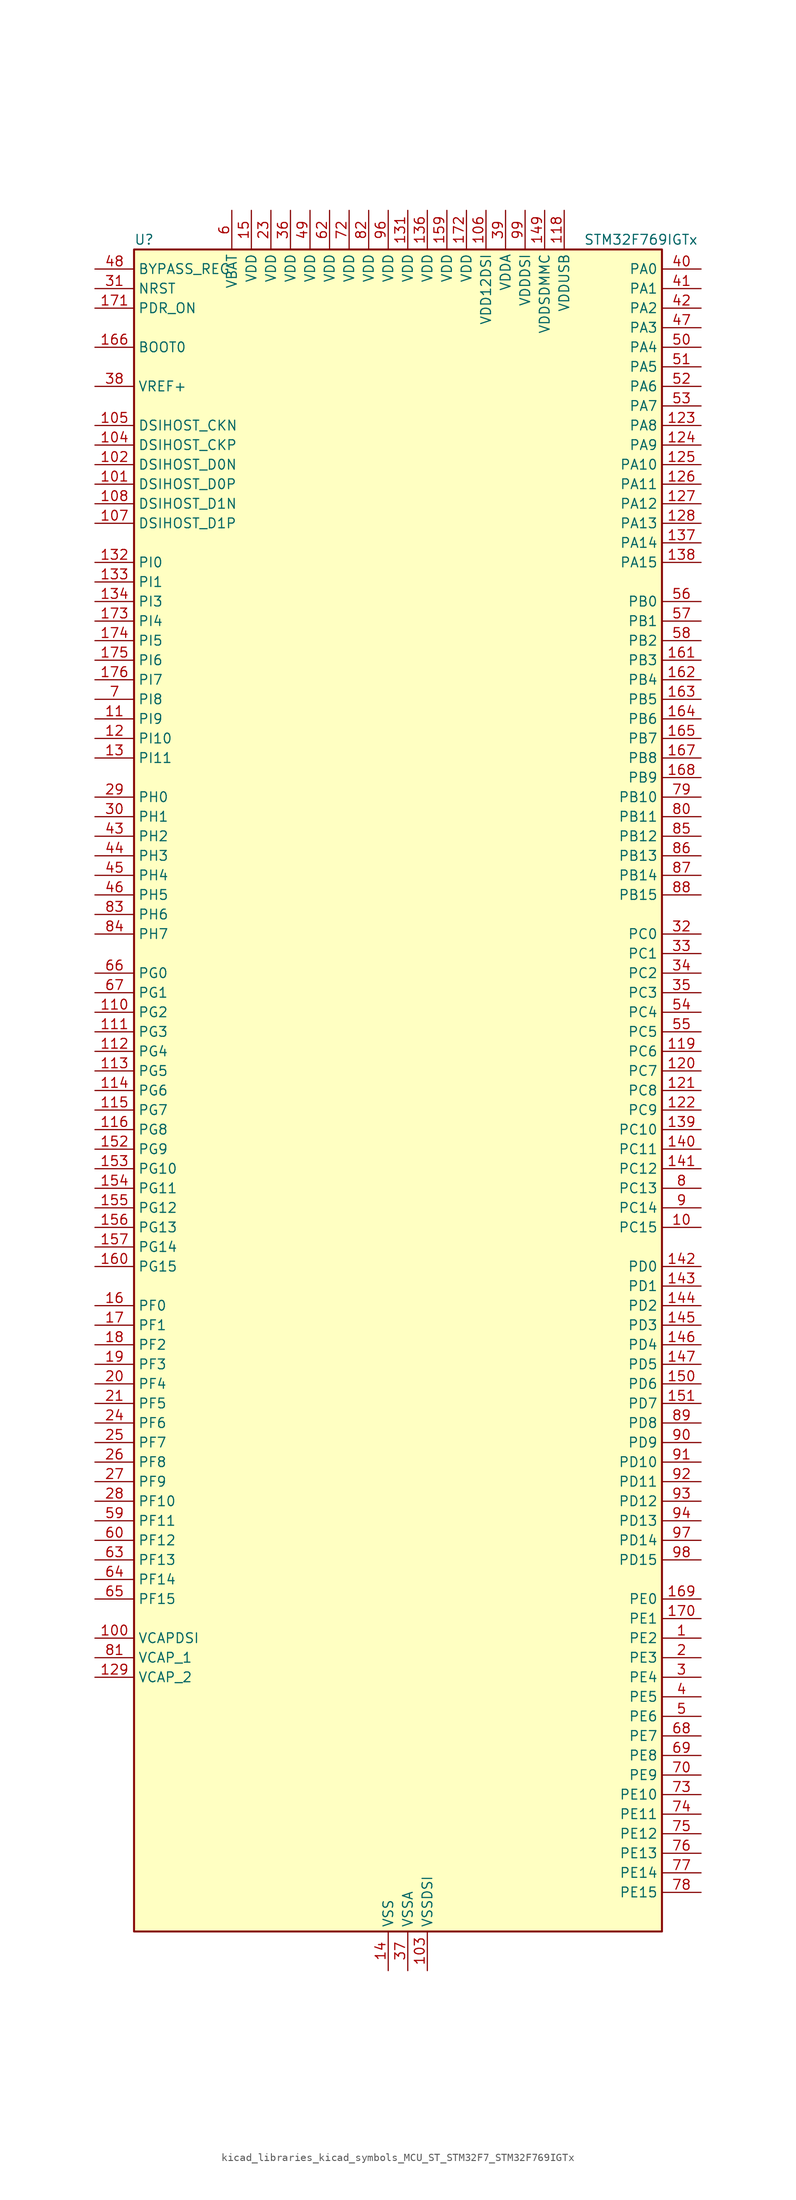
<source format=kicad_sym>
(kicad_symbol_lib
  (version 20220914)
  (generator kicad_symbol_editor)
  (symbol "kicad_libraries_kicad_symbols_MCU_ST_STM32F7_STM32F769IGTx"
    (property "Reference" "U"
      (at -33.02 110.49 0)
      (effects (font (size 1.27 1.27)) (justify left)))
    (property "Value" "STM32F769IGTx"
      (at 25.4 110.49 0)
      (effects (font (size 1.27 1.27)) (justify left)))
    (property "ki_locked" ""
      (at 0 0 0)
      (effects (font (size 1.27 1.27))))
    (symbol "kicad_libraries_kicad_symbols_MCU_ST_STM32F7_STM32F769IGTx_0_1"
      (rectangle (start -33.02 -109.22) (end 35.56 109.22) (stroke (width 0.254) (type default)) (fill (type background))))
    (symbol "kicad_libraries_kicad_symbols_MCU_ST_STM32F7_STM32F769IGTx_1_1"
      (pin bidirectional line (at 40.64 -71.12 180) (length 5.08) (name "PE2" (effects (font (size 1.27 1.27)))) (number "1" (effects (font (size 1.27 1.27)))) (alternate "ETH_TXD3" bidirectional line) (alternate "FMC_A23" bidirectional line) (alternate "QUADSPI_BK1_IO2" bidirectional line) (alternate "SAI1_MCLK_A" bidirectional line) (alternate "SPI4_SCK" bidirectional line) (alternate "SYS_TRACECLK" bidirectional line))
      (pin bidirectional line (at 40.64 -17.78 180) (length 5.08) (name "PC15" (effects (font (size 1.27 1.27)))) (number "10" (effects (font (size 1.27 1.27)))) (alternate "RCC_OSC32_OUT" bidirectional line))
      (pin power_out line (at -38.1 -71.12 0) (length 5.08) (name "VCAPDSI" (effects (font (size 1.27 1.27)))) (number "100" (effects (font (size 1.27 1.27)))))
      (pin bidirectional line (at -38.1 78.74 0) (length 5.08) (name "DSIHOST_D0P" (effects (font (size 1.27 1.27)))) (number "101" (effects (font (size 1.27 1.27)))) (alternate "DSIHOST_D0P" bidirectional line))
      (pin bidirectional line (at -38.1 81.28 0) (length 5.08) (name "DSIHOST_D0N" (effects (font (size 1.27 1.27)))) (number "102" (effects (font (size 1.27 1.27)))) (alternate "DSIHOST_D0N" bidirectional line))
      (pin power_in line (at 5.08 -114.3 90) (length 5.08) (name "VSSDSI" (effects (font (size 1.27 1.27)))) (number "103" (effects (font (size 1.27 1.27)))))
      (pin bidirectional line (at -38.1 83.82 0) (length 5.08) (name "DSIHOST_CKP" (effects (font (size 1.27 1.27)))) (number "104" (effects (font (size 1.27 1.27)))) (alternate "DSIHOST_CKP" bidirectional line))
      (pin bidirectional line (at -38.1 86.36 0) (length 5.08) (name "DSIHOST_CKN" (effects (font (size 1.27 1.27)))) (number "105" (effects (font (size 1.27 1.27)))) (alternate "DSIHOST_CKN" bidirectional line))
      (pin power_in line (at 12.7 114.3 270) (length 5.08) (name "VDD12DSI" (effects (font (size 1.27 1.27)))) (number "106" (effects (font (size 1.27 1.27)))))
      (pin bidirectional line (at -38.1 73.66 0) (length 5.08) (name "DSIHOST_D1P" (effects (font (size 1.27 1.27)))) (number "107" (effects (font (size 1.27 1.27)))) (alternate "DSIHOST_D1P" bidirectional line))
      (pin bidirectional line (at -38.1 76.2 0) (length 5.08) (name "DSIHOST_D1N" (effects (font (size 1.27 1.27)))) (number "108" (effects (font (size 1.27 1.27)))) (alternate "DSIHOST_D1N" bidirectional line))
      (pin passive line (at 5.08 -114.3 90) (length 5.08) hide (name "VSSDSI" (effects (font (size 1.27 1.27)))) (number "109" (effects (font (size 1.27 1.27)))))
      (pin bidirectional line (at -38.1 48.26 0) (length 5.08) (name "PI9" (effects (font (size 1.27 1.27)))) (number "11" (effects (font (size 1.27 1.27)))) (alternate "CAN1_RX" bidirectional line) (alternate "DAC_EXTI9" bidirectional line) (alternate "FMC_D30" bidirectional line) (alternate "LTDC_VSYNC" bidirectional line) (alternate "UART4_RX" bidirectional line))
      (pin bidirectional line (at -38.1 10.16 0) (length 5.08) (name "PG2" (effects (font (size 1.27 1.27)))) (number "110" (effects (font (size 1.27 1.27)))) (alternate "FMC_A12" bidirectional line))
      (pin bidirectional line (at -38.1 7.62 0) (length 5.08) (name "PG3" (effects (font (size 1.27 1.27)))) (number "111" (effects (font (size 1.27 1.27)))) (alternate "FMC_A13" bidirectional line))
      (pin bidirectional line (at -38.1 5.08 0) (length 5.08) (name "PG4" (effects (font (size 1.27 1.27)))) (number "112" (effects (font (size 1.27 1.27)))) (alternate "FMC_A14" bidirectional line) (alternate "FMC_BA0" bidirectional line))
      (pin bidirectional line (at -38.1 2.54 0) (length 5.08) (name "PG5" (effects (font (size 1.27 1.27)))) (number "113" (effects (font (size 1.27 1.27)))) (alternate "FMC_A15" bidirectional line) (alternate "FMC_BA1" bidirectional line))
      (pin bidirectional line (at -38.1 0 0) (length 5.08) (name "PG6" (effects (font (size 1.27 1.27)))) (number "114" (effects (font (size 1.27 1.27)))) (alternate "DCMI_D12" bidirectional line) (alternate "FMC_NE3" bidirectional line) (alternate "LTDC_R7" bidirectional line))
      (pin bidirectional line (at -38.1 -2.54 0) (length 5.08) (name "PG7" (effects (font (size 1.27 1.27)))) (number "115" (effects (font (size 1.27 1.27)))) (alternate "DCMI_D13" bidirectional line) (alternate "FMC_INT" bidirectional line) (alternate "LTDC_CLK" bidirectional line) (alternate "SAI1_MCLK_A" bidirectional line) (alternate "USART6_CK" bidirectional line))
      (pin bidirectional line (at -38.1 -5.08 0) (length 5.08) (name "PG8" (effects (font (size 1.27 1.27)))) (number "116" (effects (font (size 1.27 1.27)))) (alternate "ETH_PPS_OUT" bidirectional line) (alternate "FMC_SDCLK" bidirectional line) (alternate "LTDC_G7" bidirectional line) (alternate "SPDIFRX_IN2" bidirectional line) (alternate "SPI6_NSS" bidirectional line) (alternate "USART6_DE" bidirectional line) (alternate "USART6_RTS" bidirectional line))
      (pin passive line (at 0 -114.3 90) (length 5.08) hide (name "VSS" (effects (font (size 1.27 1.27)))) (number "117" (effects (font (size 1.27 1.27)))))
      (pin power_in line (at 22.86 114.3 270) (length 5.08) (name "VDDUSB" (effects (font (size 1.27 1.27)))) (number "118" (effects (font (size 1.27 1.27)))))
      (pin bidirectional line (at 40.64 5.08 180) (length 5.08) (name "PC6" (effects (font (size 1.27 1.27)))) (number "119" (effects (font (size 1.27 1.27)))) (alternate "DCMI_D0" bidirectional line) (alternate "DFSDM1_CKIN3" bidirectional line) (alternate "FMC_NWAIT" bidirectional line) (alternate "I2S2_MCK" bidirectional line) (alternate "LTDC_HSYNC" bidirectional line) (alternate "SDMMC1_D6" bidirectional line) (alternate "SDMMC2_D6" bidirectional line) (alternate "TIM3_CH1" bidirectional line) (alternate "TIM8_CH1" bidirectional line) (alternate "USART6_TX" bidirectional line))
      (pin bidirectional line (at -38.1 45.72 0) (length 5.08) (name "PI10" (effects (font (size 1.27 1.27)))) (number "12" (effects (font (size 1.27 1.27)))) (alternate "ETH_RX_ER" bidirectional line) (alternate "FMC_D31" bidirectional line) (alternate "LTDC_HSYNC" bidirectional line))
      (pin bidirectional line (at 40.64 2.54 180) (length 5.08) (name "PC7" (effects (font (size 1.27 1.27)))) (number "120" (effects (font (size 1.27 1.27)))) (alternate "DCMI_D1" bidirectional line) (alternate "DFSDM1_DATIN3" bidirectional line) (alternate "FMC_NE1" bidirectional line) (alternate "I2S3_MCK" bidirectional line) (alternate "LTDC_G6" bidirectional line) (alternate "SDMMC1_D7" bidirectional line) (alternate "SDMMC2_D7" bidirectional line) (alternate "TIM3_CH2" bidirectional line) (alternate "TIM8_CH2" bidirectional line) (alternate "USART6_RX" bidirectional line))
      (pin bidirectional line (at 40.64 0 180) (length 5.08) (name "PC8" (effects (font (size 1.27 1.27)))) (number "121" (effects (font (size 1.27 1.27)))) (alternate "DCMI_D2" bidirectional line) (alternate "FMC_NCE" bidirectional line) (alternate "FMC_NE2" bidirectional line) (alternate "SDMMC1_D0" bidirectional line) (alternate "SYS_TRACED1" bidirectional line) (alternate "TIM3_CH3" bidirectional line) (alternate "TIM8_CH3" bidirectional line) (alternate "UART5_DE" bidirectional line) (alternate "UART5_RTS" bidirectional line) (alternate "USART6_CK" bidirectional line))
      (pin bidirectional line (at 40.64 -2.54 180) (length 5.08) (name "PC9" (effects (font (size 1.27 1.27)))) (number "122" (effects (font (size 1.27 1.27)))) (alternate "DAC_EXTI9" bidirectional line) (alternate "DCMI_D3" bidirectional line) (alternate "I2C3_SDA" bidirectional line) (alternate "I2S_CKIN" bidirectional line) (alternate "LTDC_B2" bidirectional line) (alternate "LTDC_G3" bidirectional line) (alternate "QUADSPI_BK1_IO0" bidirectional line) (alternate "RCC_MCO_2" bidirectional line) (alternate "SDMMC1_D1" bidirectional line) (alternate "TIM3_CH4" bidirectional line) (alternate "TIM8_CH4" bidirectional line) (alternate "UART5_CTS" bidirectional line))
      (pin bidirectional line (at 40.64 86.36 180) (length 5.08) (name "PA8" (effects (font (size 1.27 1.27)))) (number "123" (effects (font (size 1.27 1.27)))) (alternate "CAN3_RX" bidirectional line) (alternate "I2C3_SCL" bidirectional line) (alternate "LTDC_B3" bidirectional line) (alternate "LTDC_R6" bidirectional line) (alternate "RCC_MCO_1" bidirectional line) (alternate "TIM1_CH1" bidirectional line) (alternate "TIM8_BKIN2" bidirectional line) (alternate "UART7_RX" bidirectional line) (alternate "USART1_CK" bidirectional line) (alternate "USB_OTG_FS_SOF" bidirectional line))
      (pin bidirectional line (at 40.64 83.82 180) (length 5.08) (name "PA9" (effects (font (size 1.27 1.27)))) (number "124" (effects (font (size 1.27 1.27)))) (alternate "DAC_EXTI9" bidirectional line) (alternate "DCMI_D0" bidirectional line) (alternate "I2C3_SMBA" bidirectional line) (alternate "I2S2_CK" bidirectional line) (alternate "LTDC_R5" bidirectional line) (alternate "SPI2_SCK" bidirectional line) (alternate "TIM1_CH2" bidirectional line) (alternate "USART1_TX" bidirectional line) (alternate "USB_OTG_FS_VBUS" bidirectional line))
      (pin bidirectional line (at 40.64 81.28 180) (length 5.08) (name "PA10" (effects (font (size 1.27 1.27)))) (number "125" (effects (font (size 1.27 1.27)))) (alternate "DCMI_D1" bidirectional line) (alternate "LTDC_B1" bidirectional line) (alternate "LTDC_B4" bidirectional line) (alternate "MDIOS_MDIO" bidirectional line) (alternate "TIM1_CH3" bidirectional line) (alternate "USART1_RX" bidirectional line) (alternate "USB_OTG_FS_ID" bidirectional line))
      (pin bidirectional line (at 40.64 78.74 180) (length 5.08) (name "PA11" (effects (font (size 1.27 1.27)))) (number "126" (effects (font (size 1.27 1.27)))) (alternate "ADC1_EXTI11" bidirectional line) (alternate "ADC2_EXTI11" bidirectional line) (alternate "ADC3_EXTI11" bidirectional line) (alternate "CAN1_RX" bidirectional line) (alternate "I2S2_WS" bidirectional line) (alternate "LTDC_R4" bidirectional line) (alternate "SPI2_NSS" bidirectional line) (alternate "TIM1_CH4" bidirectional line) (alternate "UART4_RX" bidirectional line) (alternate "USART1_CTS" bidirectional line) (alternate "USB_OTG_FS_DM" bidirectional line))
      (pin bidirectional line (at 40.64 76.2 180) (length 5.08) (name "PA12" (effects (font (size 1.27 1.27)))) (number "127" (effects (font (size 1.27 1.27)))) (alternate "CAN1_TX" bidirectional line) (alternate "I2S2_CK" bidirectional line) (alternate "LTDC_R5" bidirectional line) (alternate "SAI2_FS_B" bidirectional line) (alternate "SPI2_SCK" bidirectional line) (alternate "TIM1_ETR" bidirectional line) (alternate "UART4_TX" bidirectional line) (alternate "USART1_DE" bidirectional line) (alternate "USART1_RTS" bidirectional line) (alternate "USB_OTG_FS_DP" bidirectional line))
      (pin bidirectional line (at 40.64 73.66 180) (length 5.08) (name "PA13" (effects (font (size 1.27 1.27)))) (number "128" (effects (font (size 1.27 1.27)))) (alternate "SYS_JTMS-SWDIO" bidirectional line))
      (pin power_out line (at -38.1 -76.2 0) (length 5.08) (name "VCAP_2" (effects (font (size 1.27 1.27)))) (number "129" (effects (font (size 1.27 1.27)))))
      (pin bidirectional line (at -38.1 43.18 0) (length 5.08) (name "PI11" (effects (font (size 1.27 1.27)))) (number "13" (effects (font (size 1.27 1.27)))) (alternate "ADC1_EXTI11" bidirectional line) (alternate "ADC2_EXTI11" bidirectional line) (alternate "ADC3_EXTI11" bidirectional line) (alternate "LTDC_G6" bidirectional line) (alternate "SYS_WKUP6" bidirectional line) (alternate "USB_OTG_HS_ULPI_DIR" bidirectional line))
      (pin passive line (at 0 -114.3 90) (length 5.08) hide (name "VSS" (effects (font (size 1.27 1.27)))) (number "130" (effects (font (size 1.27 1.27)))))
      (pin power_in line (at 2.54 114.3 270) (length 5.08) (name "VDD" (effects (font (size 1.27 1.27)))) (number "131" (effects (font (size 1.27 1.27)))))
      (pin bidirectional line (at -38.1 68.58 0) (length 5.08) (name "PI0" (effects (font (size 1.27 1.27)))) (number "132" (effects (font (size 1.27 1.27)))) (alternate "DCMI_D13" bidirectional line) (alternate "FMC_D24" bidirectional line) (alternate "I2S2_WS" bidirectional line) (alternate "LTDC_G5" bidirectional line) (alternate "SPI2_NSS" bidirectional line) (alternate "TIM5_CH4" bidirectional line))
      (pin bidirectional line (at -38.1 66.04 0) (length 5.08) (name "PI1" (effects (font (size 1.27 1.27)))) (number "133" (effects (font (size 1.27 1.27)))) (alternate "DCMI_D8" bidirectional line) (alternate "FMC_D25" bidirectional line) (alternate "I2S2_CK" bidirectional line) (alternate "LTDC_G6" bidirectional line) (alternate "SPI2_SCK" bidirectional line) (alternate "TIM8_BKIN2" bidirectional line))
      (pin bidirectional line (at -38.1 63.5 0) (length 5.08) (name "PI3" (effects (font (size 1.27 1.27)))) (number "134" (effects (font (size 1.27 1.27)))) (alternate "DCMI_D10" bidirectional line) (alternate "FMC_D27" bidirectional line) (alternate "I2S2_SD" bidirectional line) (alternate "SPI2_MOSI" bidirectional line) (alternate "TIM8_ETR" bidirectional line))
      (pin passive line (at 0 -114.3 90) (length 5.08) hide (name "VSS" (effects (font (size 1.27 1.27)))) (number "135" (effects (font (size 1.27 1.27)))))
      (pin power_in line (at 5.08 114.3 270) (length 5.08) (name "VDD" (effects (font (size 1.27 1.27)))) (number "136" (effects (font (size 1.27 1.27)))))
      (pin bidirectional line (at 40.64 71.12 180) (length 5.08) (name "PA14" (effects (font (size 1.27 1.27)))) (number "137" (effects (font (size 1.27 1.27)))) (alternate "SYS_JTCK-SWCLK" bidirectional line))
      (pin bidirectional line (at 40.64 68.58 180) (length 5.08) (name "PA15" (effects (font (size 1.27 1.27)))) (number "138" (effects (font (size 1.27 1.27)))) (alternate "CAN3_TX" bidirectional line) (alternate "CEC" bidirectional line) (alternate "I2S1_WS" bidirectional line) (alternate "I2S3_WS" bidirectional line) (alternate "SPI1_NSS" bidirectional line) (alternate "SPI3_NSS" bidirectional line) (alternate "SPI6_NSS" bidirectional line) (alternate "SYS_JTDI" bidirectional line) (alternate "TIM2_CH1" bidirectional line) (alternate "TIM2_ETR" bidirectional line) (alternate "UART4_DE" bidirectional line) (alternate "UART4_RTS" bidirectional line) (alternate "UART7_TX" bidirectional line))
      (pin bidirectional line (at 40.64 -5.08 180) (length 5.08) (name "PC10" (effects (font (size 1.27 1.27)))) (number "139" (effects (font (size 1.27 1.27)))) (alternate "DCMI_D8" bidirectional line) (alternate "DFSDM1_CKIN5" bidirectional line) (alternate "I2S3_CK" bidirectional line) (alternate "LTDC_R2" bidirectional line) (alternate "QUADSPI_BK1_IO1" bidirectional line) (alternate "SDMMC1_D2" bidirectional line) (alternate "SPI3_SCK" bidirectional line) (alternate "UART4_TX" bidirectional line) (alternate "USART3_TX" bidirectional line))
      (pin power_in line (at 0 -114.3 90) (length 5.08) (name "VSS" (effects (font (size 1.27 1.27)))) (number "14" (effects (font (size 1.27 1.27)))))
      (pin bidirectional line (at 40.64 -7.62 180) (length 5.08) (name "PC11" (effects (font (size 1.27 1.27)))) (number "140" (effects (font (size 1.27 1.27)))) (alternate "ADC1_EXTI11" bidirectional line) (alternate "ADC2_EXTI11" bidirectional line) (alternate "ADC3_EXTI11" bidirectional line) (alternate "DCMI_D4" bidirectional line) (alternate "DFSDM1_DATIN5" bidirectional line) (alternate "QUADSPI_BK2_NCS" bidirectional line) (alternate "SDMMC1_D3" bidirectional line) (alternate "SPI3_MISO" bidirectional line) (alternate "UART4_RX" bidirectional line) (alternate "USART3_RX" bidirectional line))
      (pin bidirectional line (at 40.64 -10.16 180) (length 5.08) (name "PC12" (effects (font (size 1.27 1.27)))) (number "141" (effects (font (size 1.27 1.27)))) (alternate "DCMI_D9" bidirectional line) (alternate "I2S3_SD" bidirectional line) (alternate "SDMMC1_CK" bidirectional line) (alternate "SPI3_MOSI" bidirectional line) (alternate "SYS_TRACED3" bidirectional line) (alternate "UART5_TX" bidirectional line) (alternate "USART3_CK" bidirectional line))
      (pin bidirectional line (at 40.64 -22.86 180) (length 5.08) (name "PD0" (effects (font (size 1.27 1.27)))) (number "142" (effects (font (size 1.27 1.27)))) (alternate "CAN1_RX" bidirectional line) (alternate "DFSDM1_CKIN6" bidirectional line) (alternate "DFSDM1_DATIN7" bidirectional line) (alternate "FMC_D2" bidirectional line) (alternate "FMC_DA2" bidirectional line) (alternate "UART4_RX" bidirectional line))
      (pin bidirectional line (at 40.64 -25.4 180) (length 5.08) (name "PD1" (effects (font (size 1.27 1.27)))) (number "143" (effects (font (size 1.27 1.27)))) (alternate "CAN1_TX" bidirectional line) (alternate "DFSDM1_CKIN7" bidirectional line) (alternate "DFSDM1_DATIN6" bidirectional line) (alternate "FMC_D3" bidirectional line) (alternate "FMC_DA3" bidirectional line) (alternate "UART4_TX" bidirectional line))
      (pin bidirectional line (at 40.64 -27.94 180) (length 5.08) (name "PD2" (effects (font (size 1.27 1.27)))) (number "144" (effects (font (size 1.27 1.27)))) (alternate "DCMI_D11" bidirectional line) (alternate "SDMMC1_CMD" bidirectional line) (alternate "SYS_TRACED2" bidirectional line) (alternate "TIM3_ETR" bidirectional line) (alternate "UART5_RX" bidirectional line))
      (pin bidirectional line (at 40.64 -30.48 180) (length 5.08) (name "PD3" (effects (font (size 1.27 1.27)))) (number "145" (effects (font (size 1.27 1.27)))) (alternate "DCMI_D5" bidirectional line) (alternate "DFSDM1_CKOUT" bidirectional line) (alternate "DFSDM1_DATIN0" bidirectional line) (alternate "FMC_CLK" bidirectional line) (alternate "I2S2_CK" bidirectional line) (alternate "LTDC_G7" bidirectional line) (alternate "SPI2_SCK" bidirectional line) (alternate "USART2_CTS" bidirectional line))
      (pin bidirectional line (at 40.64 -33.02 180) (length 5.08) (name "PD4" (effects (font (size 1.27 1.27)))) (number "146" (effects (font (size 1.27 1.27)))) (alternate "DFSDM1_CKIN0" bidirectional line) (alternate "FMC_NOE" bidirectional line) (alternate "USART2_DE" bidirectional line) (alternate "USART2_RTS" bidirectional line))
      (pin bidirectional line (at 40.64 -35.56 180) (length 5.08) (name "PD5" (effects (font (size 1.27 1.27)))) (number "147" (effects (font (size 1.27 1.27)))) (alternate "FMC_NWE" bidirectional line) (alternate "USART2_TX" bidirectional line))
      (pin passive line (at 0 -114.3 90) (length 5.08) hide (name "VSS" (effects (font (size 1.27 1.27)))) (number "148" (effects (font (size 1.27 1.27)))))
      (pin power_in line (at 20.32 114.3 270) (length 5.08) (name "VDDSDMMC" (effects (font (size 1.27 1.27)))) (number "149" (effects (font (size 1.27 1.27)))))
      (pin power_in line (at -17.78 114.3 270) (length 5.08) (name "VDD" (effects (font (size 1.27 1.27)))) (number "15" (effects (font (size 1.27 1.27)))))
      (pin bidirectional line (at 40.64 -38.1 180) (length 5.08) (name "PD6" (effects (font (size 1.27 1.27)))) (number "150" (effects (font (size 1.27 1.27)))) (alternate "DCMI_D10" bidirectional line) (alternate "DFSDM1_CKIN4" bidirectional line) (alternate "DFSDM1_DATIN1" bidirectional line) (alternate "FMC_NWAIT" bidirectional line) (alternate "I2S3_SD" bidirectional line) (alternate "LTDC_B2" bidirectional line) (alternate "SAI1_SD_A" bidirectional line) (alternate "SDMMC2_CK" bidirectional line) (alternate "SPI3_MOSI" bidirectional line) (alternate "USART2_RX" bidirectional line))
      (pin bidirectional line (at 40.64 -40.64 180) (length 5.08) (name "PD7" (effects (font (size 1.27 1.27)))) (number "151" (effects (font (size 1.27 1.27)))) (alternate "DFSDM1_CKIN1" bidirectional line) (alternate "DFSDM1_DATIN4" bidirectional line) (alternate "FMC_NE1" bidirectional line) (alternate "I2S1_SD" bidirectional line) (alternate "SDMMC2_CMD" bidirectional line) (alternate "SPDIFRX_IN0" bidirectional line) (alternate "SPI1_MOSI" bidirectional line) (alternate "USART2_CK" bidirectional line))
      (pin bidirectional line (at -38.1 -7.62 0) (length 5.08) (name "PG9" (effects (font (size 1.27 1.27)))) (number "152" (effects (font (size 1.27 1.27)))) (alternate "DAC_EXTI9" bidirectional line) (alternate "DCMI_VSYNC" bidirectional line) (alternate "FMC_NCE" bidirectional line) (alternate "FMC_NE2" bidirectional line) (alternate "QUADSPI_BK2_IO2" bidirectional line) (alternate "SAI2_FS_B" bidirectional line) (alternate "SDMMC2_D0" bidirectional line) (alternate "SPDIFRX_IN3" bidirectional line) (alternate "SPI1_MISO" bidirectional line) (alternate "USART6_RX" bidirectional line))
      (pin bidirectional line (at -38.1 -10.16 0) (length 5.08) (name "PG10" (effects (font (size 1.27 1.27)))) (number "153" (effects (font (size 1.27 1.27)))) (alternate "DCMI_D2" bidirectional line) (alternate "FMC_NE3" bidirectional line) (alternate "I2S1_WS" bidirectional line) (alternate "LTDC_B2" bidirectional line) (alternate "LTDC_G3" bidirectional line) (alternate "SAI2_SD_B" bidirectional line) (alternate "SDMMC2_D1" bidirectional line) (alternate "SPI1_NSS" bidirectional line))
      (pin bidirectional line (at -38.1 -12.7 0) (length 5.08) (name "PG11" (effects (font (size 1.27 1.27)))) (number "154" (effects (font (size 1.27 1.27)))) (alternate "ADC1_EXTI11" bidirectional line) (alternate "ADC2_EXTI11" bidirectional line) (alternate "ADC3_EXTI11" bidirectional line) (alternate "DCMI_D3" bidirectional line) (alternate "ETH_TX_EN" bidirectional line) (alternate "I2S1_CK" bidirectional line) (alternate "LTDC_B3" bidirectional line) (alternate "SDMMC2_D2" bidirectional line) (alternate "SPDIFRX_IN0" bidirectional line) (alternate "SPI1_SCK" bidirectional line))
      (pin bidirectional line (at -38.1 -15.24 0) (length 5.08) (name "PG12" (effects (font (size 1.27 1.27)))) (number "155" (effects (font (size 1.27 1.27)))) (alternate "FMC_NE4" bidirectional line) (alternate "LPTIM1_IN1" bidirectional line) (alternate "LTDC_B1" bidirectional line) (alternate "LTDC_B4" bidirectional line) (alternate "SDMMC2_D3" bidirectional line) (alternate "SPDIFRX_IN1" bidirectional line) (alternate "SPI6_MISO" bidirectional line) (alternate "USART6_DE" bidirectional line) (alternate "USART6_RTS" bidirectional line))
      (pin bidirectional line (at -38.1 -17.78 0) (length 5.08) (name "PG13" (effects (font (size 1.27 1.27)))) (number "156" (effects (font (size 1.27 1.27)))) (alternate "ETH_TXD0" bidirectional line) (alternate "FMC_A24" bidirectional line) (alternate "LPTIM1_OUT" bidirectional line) (alternate "LTDC_R0" bidirectional line) (alternate "SPI6_SCK" bidirectional line) (alternate "SYS_TRACED0" bidirectional line) (alternate "USART6_CTS" bidirectional line))
      (pin bidirectional line (at -38.1 -20.32 0) (length 5.08) (name "PG14" (effects (font (size 1.27 1.27)))) (number "157" (effects (font (size 1.27 1.27)))) (alternate "ETH_TXD1" bidirectional line) (alternate "FMC_A25" bidirectional line) (alternate "LPTIM1_ETR" bidirectional line) (alternate "LTDC_B0" bidirectional line) (alternate "QUADSPI_BK2_IO3" bidirectional line) (alternate "SPI6_MOSI" bidirectional line) (alternate "SYS_TRACED1" bidirectional line) (alternate "USART6_TX" bidirectional line))
      (pin passive line (at 0 -114.3 90) (length 5.08) hide (name "VSS" (effects (font (size 1.27 1.27)))) (number "158" (effects (font (size 1.27 1.27)))))
      (pin power_in line (at 7.62 114.3 270) (length 5.08) (name "VDD" (effects (font (size 1.27 1.27)))) (number "159" (effects (font (size 1.27 1.27)))))
      (pin bidirectional line (at -38.1 -27.94 0) (length 5.08) (name "PF0" (effects (font (size 1.27 1.27)))) (number "16" (effects (font (size 1.27 1.27)))) (alternate "FMC_A0" bidirectional line) (alternate "I2C2_SDA" bidirectional line))
      (pin bidirectional line (at -38.1 -22.86 0) (length 5.08) (name "PG15" (effects (font (size 1.27 1.27)))) (number "160" (effects (font (size 1.27 1.27)))) (alternate "DCMI_D13" bidirectional line) (alternate "FMC_SDNCAS" bidirectional line) (alternate "USART6_CTS" bidirectional line))
      (pin bidirectional line (at 40.64 55.88 180) (length 5.08) (name "PB3" (effects (font (size 1.27 1.27)))) (number "161" (effects (font (size 1.27 1.27)))) (alternate "CAN3_RX" bidirectional line) (alternate "I2S1_CK" bidirectional line) (alternate "I2S3_CK" bidirectional line) (alternate "SDMMC2_D2" bidirectional line) (alternate "SPI1_SCK" bidirectional line) (alternate "SPI3_SCK" bidirectional line) (alternate "SPI6_SCK" bidirectional line) (alternate "SYS_JTDO-SWO" bidirectional line) (alternate "TIM2_CH2" bidirectional line) (alternate "UART7_RX" bidirectional line))
      (pin bidirectional line (at 40.64 53.34 180) (length 5.08) (name "PB4" (effects (font (size 1.27 1.27)))) (number "162" (effects (font (size 1.27 1.27)))) (alternate "CAN3_TX" bidirectional line) (alternate "I2S2_WS" bidirectional line) (alternate "SDMMC2_D3" bidirectional line) (alternate "SPI1_MISO" bidirectional line) (alternate "SPI2_NSS" bidirectional line) (alternate "SPI3_MISO" bidirectional line) (alternate "SPI6_MISO" bidirectional line) (alternate "SYS_JTRST" bidirectional line) (alternate "TIM3_CH1" bidirectional line) (alternate "UART7_TX" bidirectional line))
      (pin bidirectional line (at 40.64 50.8 180) (length 5.08) (name "PB5" (effects (font (size 1.27 1.27)))) (number "163" (effects (font (size 1.27 1.27)))) (alternate "CAN2_RX" bidirectional line) (alternate "DCMI_D10" bidirectional line) (alternate "ETH_PPS_OUT" bidirectional line) (alternate "FMC_SDCKE1" bidirectional line) (alternate "I2C1_SMBA" bidirectional line) (alternate "I2S1_SD" bidirectional line) (alternate "I2S3_SD" bidirectional line) (alternate "LTDC_G7" bidirectional line) (alternate "SPI1_MOSI" bidirectional line) (alternate "SPI3_MOSI" bidirectional line) (alternate "SPI6_MOSI" bidirectional line) (alternate "TIM3_CH2" bidirectional line) (alternate "UART5_RX" bidirectional line) (alternate "USB_OTG_HS_ULPI_D7" bidirectional line))
      (pin bidirectional line (at 40.64 48.26 180) (length 5.08) (name "PB6" (effects (font (size 1.27 1.27)))) (number "164" (effects (font (size 1.27 1.27)))) (alternate "CAN2_TX" bidirectional line) (alternate "CEC" bidirectional line) (alternate "DCMI_D5" bidirectional line) (alternate "DFSDM1_DATIN5" bidirectional line) (alternate "FMC_SDNE1" bidirectional line) (alternate "I2C1_SCL" bidirectional line) (alternate "I2C4_SCL" bidirectional line) (alternate "QUADSPI_BK1_NCS" bidirectional line) (alternate "TIM4_CH1" bidirectional line) (alternate "UART5_TX" bidirectional line) (alternate "USART1_TX" bidirectional line))
      (pin bidirectional line (at 40.64 45.72 180) (length 5.08) (name "PB7" (effects (font (size 1.27 1.27)))) (number "165" (effects (font (size 1.27 1.27)))) (alternate "DCMI_VSYNC" bidirectional line) (alternate "DFSDM1_CKIN5" bidirectional line) (alternate "FMC_NL" bidirectional line) (alternate "I2C1_SDA" bidirectional line) (alternate "I2C4_SDA" bidirectional line) (alternate "TIM4_CH2" bidirectional line) (alternate "USART1_RX" bidirectional line))
      (pin input line (at -38.1 96.52 0) (length 5.08) (name "BOOT0" (effects (font (size 1.27 1.27)))) (number "166" (effects (font (size 1.27 1.27)))))
      (pin bidirectional line (at 40.64 43.18 180) (length 5.08) (name "PB8" (effects (font (size 1.27 1.27)))) (number "167" (effects (font (size 1.27 1.27)))) (alternate "CAN1_RX" bidirectional line) (alternate "DCMI_D6" bidirectional line) (alternate "DFSDM1_CKIN7" bidirectional line) (alternate "ETH_TXD3" bidirectional line) (alternate "I2C1_SCL" bidirectional line) (alternate "I2C4_SCL" bidirectional line) (alternate "LTDC_B6" bidirectional line) (alternate "SDMMC1_D4" bidirectional line) (alternate "SDMMC2_D4" bidirectional line) (alternate "TIM10_CH1" bidirectional line) (alternate "TIM4_CH3" bidirectional line) (alternate "UART5_RX" bidirectional line))
      (pin bidirectional line (at 40.64 40.64 180) (length 5.08) (name "PB9" (effects (font (size 1.27 1.27)))) (number "168" (effects (font (size 1.27 1.27)))) (alternate "CAN1_TX" bidirectional line) (alternate "DAC_EXTI9" bidirectional line) (alternate "DCMI_D7" bidirectional line) (alternate "DFSDM1_DATIN7" bidirectional line) (alternate "I2C1_SDA" bidirectional line) (alternate "I2C4_SDA" bidirectional line) (alternate "I2C4_SMBA" bidirectional line) (alternate "I2S2_WS" bidirectional line) (alternate "LTDC_B7" bidirectional line) (alternate "SDMMC1_D5" bidirectional line) (alternate "SDMMC2_D5" bidirectional line) (alternate "SPI2_NSS" bidirectional line) (alternate "TIM11_CH1" bidirectional line) (alternate "TIM4_CH4" bidirectional line) (alternate "UART5_TX" bidirectional line))
      (pin bidirectional line (at 40.64 -66.04 180) (length 5.08) (name "PE0" (effects (font (size 1.27 1.27)))) (number "169" (effects (font (size 1.27 1.27)))) (alternate "DCMI_D2" bidirectional line) (alternate "FMC_NBL0" bidirectional line) (alternate "LPTIM1_ETR" bidirectional line) (alternate "SAI2_MCLK_A" bidirectional line) (alternate "TIM4_ETR" bidirectional line) (alternate "UART8_RX" bidirectional line))
      (pin bidirectional line (at -38.1 -30.48 0) (length 5.08) (name "PF1" (effects (font (size 1.27 1.27)))) (number "17" (effects (font (size 1.27 1.27)))) (alternate "FMC_A1" bidirectional line) (alternate "I2C2_SCL" bidirectional line))
      (pin bidirectional line (at 40.64 -68.58 180) (length 5.08) (name "PE1" (effects (font (size 1.27 1.27)))) (number "170" (effects (font (size 1.27 1.27)))) (alternate "DCMI_D3" bidirectional line) (alternate "FMC_NBL1" bidirectional line) (alternate "LPTIM1_IN2" bidirectional line) (alternate "UART8_TX" bidirectional line))
      (pin input line (at -38.1 101.6 0) (length 5.08) (name "PDR_ON" (effects (font (size 1.27 1.27)))) (number "171" (effects (font (size 1.27 1.27)))))
      (pin power_in line (at 10.16 114.3 270) (length 5.08) (name "VDD" (effects (font (size 1.27 1.27)))) (number "172" (effects (font (size 1.27 1.27)))))
      (pin bidirectional line (at -38.1 60.96 0) (length 5.08) (name "PI4" (effects (font (size 1.27 1.27)))) (number "173" (effects (font (size 1.27 1.27)))) (alternate "DCMI_D5" bidirectional line) (alternate "FMC_NBL2" bidirectional line) (alternate "LTDC_B4" bidirectional line) (alternate "SAI2_MCLK_A" bidirectional line) (alternate "TIM8_BKIN" bidirectional line))
      (pin bidirectional line (at -38.1 58.42 0) (length 5.08) (name "PI5" (effects (font (size 1.27 1.27)))) (number "174" (effects (font (size 1.27 1.27)))) (alternate "DCMI_VSYNC" bidirectional line) (alternate "FMC_NBL3" bidirectional line) (alternate "LTDC_B5" bidirectional line) (alternate "SAI2_SCK_A" bidirectional line) (alternate "TIM8_CH1" bidirectional line))
      (pin bidirectional line (at -38.1 55.88 0) (length 5.08) (name "PI6" (effects (font (size 1.27 1.27)))) (number "175" (effects (font (size 1.27 1.27)))) (alternate "DCMI_D6" bidirectional line) (alternate "FMC_D28" bidirectional line) (alternate "LTDC_B6" bidirectional line) (alternate "SAI2_SD_A" bidirectional line) (alternate "TIM8_CH2" bidirectional line))
      (pin bidirectional line (at -38.1 53.34 0) (length 5.08) (name "PI7" (effects (font (size 1.27 1.27)))) (number "176" (effects (font (size 1.27 1.27)))) (alternate "DCMI_D7" bidirectional line) (alternate "FMC_D29" bidirectional line) (alternate "LTDC_B7" bidirectional line) (alternate "SAI2_FS_A" bidirectional line) (alternate "TIM8_CH3" bidirectional line))
      (pin bidirectional line (at -38.1 -33.02 0) (length 5.08) (name "PF2" (effects (font (size 1.27 1.27)))) (number "18" (effects (font (size 1.27 1.27)))) (alternate "FMC_A2" bidirectional line) (alternate "I2C2_SMBA" bidirectional line))
      (pin bidirectional line (at -38.1 -35.56 0) (length 5.08) (name "PF3" (effects (font (size 1.27 1.27)))) (number "19" (effects (font (size 1.27 1.27)))) (alternate "ADC3_IN9" bidirectional line) (alternate "FMC_A3" bidirectional line))
      (pin bidirectional line (at 40.64 -73.66 180) (length 5.08) (name "PE3" (effects (font (size 1.27 1.27)))) (number "2" (effects (font (size 1.27 1.27)))) (alternate "FMC_A19" bidirectional line) (alternate "SAI1_SD_B" bidirectional line) (alternate "SYS_TRACED0" bidirectional line))
      (pin bidirectional line (at -38.1 -38.1 0) (length 5.08) (name "PF4" (effects (font (size 1.27 1.27)))) (number "20" (effects (font (size 1.27 1.27)))) (alternate "ADC3_IN14" bidirectional line) (alternate "FMC_A4" bidirectional line))
      (pin bidirectional line (at -38.1 -40.64 0) (length 5.08) (name "PF5" (effects (font (size 1.27 1.27)))) (number "21" (effects (font (size 1.27 1.27)))) (alternate "ADC3_IN15" bidirectional line) (alternate "FMC_A5" bidirectional line))
      (pin passive line (at 0 -114.3 90) (length 5.08) hide (name "VSS" (effects (font (size 1.27 1.27)))) (number "22" (effects (font (size 1.27 1.27)))))
      (pin power_in line (at -15.24 114.3 270) (length 5.08) (name "VDD" (effects (font (size 1.27 1.27)))) (number "23" (effects (font (size 1.27 1.27)))))
      (pin bidirectional line (at -38.1 -43.18 0) (length 5.08) (name "PF6" (effects (font (size 1.27 1.27)))) (number "24" (effects (font (size 1.27 1.27)))) (alternate "ADC3_IN4" bidirectional line) (alternate "QUADSPI_BK1_IO3" bidirectional line) (alternate "SAI1_SD_B" bidirectional line) (alternate "SPI5_NSS" bidirectional line) (alternate "TIM10_CH1" bidirectional line) (alternate "UART7_RX" bidirectional line))
      (pin bidirectional line (at -38.1 -45.72 0) (length 5.08) (name "PF7" (effects (font (size 1.27 1.27)))) (number "25" (effects (font (size 1.27 1.27)))) (alternate "ADC3_IN5" bidirectional line) (alternate "QUADSPI_BK1_IO2" bidirectional line) (alternate "SAI1_MCLK_B" bidirectional line) (alternate "SPI5_SCK" bidirectional line) (alternate "TIM11_CH1" bidirectional line) (alternate "UART7_TX" bidirectional line))
      (pin bidirectional line (at -38.1 -48.26 0) (length 5.08) (name "PF8" (effects (font (size 1.27 1.27)))) (number "26" (effects (font (size 1.27 1.27)))) (alternate "ADC3_IN6" bidirectional line) (alternate "QUADSPI_BK1_IO0" bidirectional line) (alternate "SAI1_SCK_B" bidirectional line) (alternate "SPI5_MISO" bidirectional line) (alternate "TIM13_CH1" bidirectional line) (alternate "UART7_DE" bidirectional line) (alternate "UART7_RTS" bidirectional line))
      (pin bidirectional line (at -38.1 -50.8 0) (length 5.08) (name "PF9" (effects (font (size 1.27 1.27)))) (number "27" (effects (font (size 1.27 1.27)))) (alternate "ADC3_IN7" bidirectional line) (alternate "DAC_EXTI9" bidirectional line) (alternate "QUADSPI_BK1_IO1" bidirectional line) (alternate "SAI1_FS_B" bidirectional line) (alternate "SPI5_MOSI" bidirectional line) (alternate "TIM14_CH1" bidirectional line) (alternate "UART7_CTS" bidirectional line))
      (pin bidirectional line (at -38.1 -53.34 0) (length 5.08) (name "PF10" (effects (font (size 1.27 1.27)))) (number "28" (effects (font (size 1.27 1.27)))) (alternate "ADC3_IN8" bidirectional line) (alternate "DCMI_D11" bidirectional line) (alternate "LTDC_DE" bidirectional line) (alternate "QUADSPI_CLK" bidirectional line))
      (pin bidirectional line (at -38.1 38.1 0) (length 5.08) (name "PH0" (effects (font (size 1.27 1.27)))) (number "29" (effects (font (size 1.27 1.27)))) (alternate "RCC_OSC_IN" bidirectional line))
      (pin bidirectional line (at 40.64 -76.2 180) (length 5.08) (name "PE4" (effects (font (size 1.27 1.27)))) (number "3" (effects (font (size 1.27 1.27)))) (alternate "DCMI_D4" bidirectional line) (alternate "DFSDM1_DATIN3" bidirectional line) (alternate "FMC_A20" bidirectional line) (alternate "LTDC_B0" bidirectional line) (alternate "SAI1_FS_A" bidirectional line) (alternate "SPI4_NSS" bidirectional line) (alternate "SYS_TRACED1" bidirectional line))
      (pin bidirectional line (at -38.1 35.56 0) (length 5.08) (name "PH1" (effects (font (size 1.27 1.27)))) (number "30" (effects (font (size 1.27 1.27)))) (alternate "RCC_OSC_OUT" bidirectional line))
      (pin input line (at -38.1 104.14 0) (length 5.08) (name "NRST" (effects (font (size 1.27 1.27)))) (number "31" (effects (font (size 1.27 1.27)))))
      (pin bidirectional line (at 40.64 20.32 180) (length 5.08) (name "PC0" (effects (font (size 1.27 1.27)))) (number "32" (effects (font (size 1.27 1.27)))) (alternate "ADC1_IN10" bidirectional line) (alternate "ADC2_IN10" bidirectional line) (alternate "ADC3_IN10" bidirectional line) (alternate "DFSDM1_CKIN0" bidirectional line) (alternate "DFSDM1_DATIN4" bidirectional line) (alternate "FMC_SDNWE" bidirectional line) (alternate "LTDC_R5" bidirectional line) (alternate "SAI2_FS_B" bidirectional line) (alternate "USB_OTG_HS_ULPI_STP" bidirectional line))
      (pin bidirectional line (at 40.64 17.78 180) (length 5.08) (name "PC1" (effects (font (size 1.27 1.27)))) (number "33" (effects (font (size 1.27 1.27)))) (alternate "ADC1_IN11" bidirectional line) (alternate "ADC2_IN11" bidirectional line) (alternate "ADC3_IN11" bidirectional line) (alternate "DFSDM1_CKIN4" bidirectional line) (alternate "DFSDM1_DATIN0" bidirectional line) (alternate "ETH_MDC" bidirectional line) (alternate "I2S2_SD" bidirectional line) (alternate "MDIOS_MDC" bidirectional line) (alternate "RTC_TAMP3" bidirectional line) (alternate "RTC_TS" bidirectional line) (alternate "SAI1_SD_A" bidirectional line) (alternate "SPI2_MOSI" bidirectional line) (alternate "SYS_TRACED0" bidirectional line) (alternate "SYS_WKUP3" bidirectional line))
      (pin bidirectional line (at 40.64 15.24 180) (length 5.08) (name "PC2" (effects (font (size 1.27 1.27)))) (number "34" (effects (font (size 1.27 1.27)))) (alternate "ADC1_IN12" bidirectional line) (alternate "ADC2_IN12" bidirectional line) (alternate "ADC3_IN12" bidirectional line) (alternate "DFSDM1_CKIN1" bidirectional line) (alternate "DFSDM1_CKOUT" bidirectional line) (alternate "ETH_TXD2" bidirectional line) (alternate "FMC_SDNE0" bidirectional line) (alternate "SPI2_MISO" bidirectional line) (alternate "USB_OTG_HS_ULPI_DIR" bidirectional line))
      (pin bidirectional line (at 40.64 12.7 180) (length 5.08) (name "PC3" (effects (font (size 1.27 1.27)))) (number "35" (effects (font (size 1.27 1.27)))) (alternate "ADC1_IN13" bidirectional line) (alternate "ADC2_IN13" bidirectional line) (alternate "ADC3_IN13" bidirectional line) (alternate "DFSDM1_DATIN1" bidirectional line) (alternate "ETH_TX_CLK" bidirectional line) (alternate "FMC_SDCKE0" bidirectional line) (alternate "I2S2_SD" bidirectional line) (alternate "SPI2_MOSI" bidirectional line) (alternate "USB_OTG_HS_ULPI_NXT" bidirectional line))
      (pin power_in line (at -12.7 114.3 270) (length 5.08) (name "VDD" (effects (font (size 1.27 1.27)))) (number "36" (effects (font (size 1.27 1.27)))))
      (pin power_in line (at 2.54 -114.3 90) (length 5.08) (name "VSSA" (effects (font (size 1.27 1.27)))) (number "37" (effects (font (size 1.27 1.27)))))
      (pin input line (at -38.1 91.44 0) (length 5.08) (name "VREF+" (effects (font (size 1.27 1.27)))) (number "38" (effects (font (size 1.27 1.27)))))
      (pin power_in line (at 15.24 114.3 270) (length 5.08) (name "VDDA" (effects (font (size 1.27 1.27)))) (number "39" (effects (font (size 1.27 1.27)))))
      (pin bidirectional line (at 40.64 -78.74 180) (length 5.08) (name "PE5" (effects (font (size 1.27 1.27)))) (number "4" (effects (font (size 1.27 1.27)))) (alternate "DCMI_D6" bidirectional line) (alternate "DFSDM1_CKIN3" bidirectional line) (alternate "FMC_A21" bidirectional line) (alternate "LTDC_G0" bidirectional line) (alternate "SAI1_SCK_A" bidirectional line) (alternate "SPI4_MISO" bidirectional line) (alternate "SYS_TRACED2" bidirectional line) (alternate "TIM9_CH1" bidirectional line))
      (pin bidirectional line (at 40.64 106.68 180) (length 5.08) (name "PA0" (effects (font (size 1.27 1.27)))) (number "40" (effects (font (size 1.27 1.27)))) (alternate "ADC1_IN0" bidirectional line) (alternate "ADC2_IN0" bidirectional line) (alternate "ADC3_IN0" bidirectional line) (alternate "ETH_CRS" bidirectional line) (alternate "SAI2_SD_B" bidirectional line) (alternate "SYS_WKUP1" bidirectional line) (alternate "TIM2_CH1" bidirectional line) (alternate "TIM2_ETR" bidirectional line) (alternate "TIM5_CH1" bidirectional line) (alternate "TIM8_ETR" bidirectional line) (alternate "UART4_TX" bidirectional line) (alternate "USART2_CTS" bidirectional line))
      (pin bidirectional line (at 40.64 104.14 180) (length 5.08) (name "PA1" (effects (font (size 1.27 1.27)))) (number "41" (effects (font (size 1.27 1.27)))) (alternate "ADC1_IN1" bidirectional line) (alternate "ADC2_IN1" bidirectional line) (alternate "ADC3_IN1" bidirectional line) (alternate "ETH_REF_CLK" bidirectional line) (alternate "ETH_RX_CLK" bidirectional line) (alternate "LTDC_R2" bidirectional line) (alternate "QUADSPI_BK1_IO3" bidirectional line) (alternate "SAI2_MCLK_B" bidirectional line) (alternate "TIM2_CH2" bidirectional line) (alternate "TIM5_CH2" bidirectional line) (alternate "UART4_RX" bidirectional line) (alternate "USART2_DE" bidirectional line) (alternate "USART2_RTS" bidirectional line))
      (pin bidirectional line (at 40.64 101.6 180) (length 5.08) (name "PA2" (effects (font (size 1.27 1.27)))) (number "42" (effects (font (size 1.27 1.27)))) (alternate "ADC1_IN2" bidirectional line) (alternate "ADC2_IN2" bidirectional line) (alternate "ADC3_IN2" bidirectional line) (alternate "ETH_MDIO" bidirectional line) (alternate "LTDC_R1" bidirectional line) (alternate "MDIOS_MDIO" bidirectional line) (alternate "SAI2_SCK_B" bidirectional line) (alternate "SYS_WKUP2" bidirectional line) (alternate "TIM2_CH3" bidirectional line) (alternate "TIM5_CH3" bidirectional line) (alternate "TIM9_CH1" bidirectional line) (alternate "USART2_TX" bidirectional line))
      (pin bidirectional line (at -38.1 33.02 0) (length 5.08) (name "PH2" (effects (font (size 1.27 1.27)))) (number "43" (effects (font (size 1.27 1.27)))) (alternate "ETH_CRS" bidirectional line) (alternate "FMC_SDCKE0" bidirectional line) (alternate "LPTIM1_IN2" bidirectional line) (alternate "LTDC_R0" bidirectional line) (alternate "QUADSPI_BK2_IO0" bidirectional line) (alternate "SAI2_SCK_B" bidirectional line))
      (pin bidirectional line (at -38.1 30.48 0) (length 5.08) (name "PH3" (effects (font (size 1.27 1.27)))) (number "44" (effects (font (size 1.27 1.27)))) (alternate "ETH_COL" bidirectional line) (alternate "FMC_SDNE0" bidirectional line) (alternate "LTDC_R1" bidirectional line) (alternate "QUADSPI_BK2_IO1" bidirectional line) (alternate "SAI2_MCLK_B" bidirectional line))
      (pin bidirectional line (at -38.1 27.94 0) (length 5.08) (name "PH4" (effects (font (size 1.27 1.27)))) (number "45" (effects (font (size 1.27 1.27)))) (alternate "I2C2_SCL" bidirectional line) (alternate "LTDC_G4" bidirectional line) (alternate "LTDC_G5" bidirectional line) (alternate "USB_OTG_HS_ULPI_NXT" bidirectional line))
      (pin bidirectional line (at -38.1 25.4 0) (length 5.08) (name "PH5" (effects (font (size 1.27 1.27)))) (number "46" (effects (font (size 1.27 1.27)))) (alternate "FMC_SDNWE" bidirectional line) (alternate "I2C2_SDA" bidirectional line) (alternate "SPI5_NSS" bidirectional line))
      (pin bidirectional line (at 40.64 99.06 180) (length 5.08) (name "PA3" (effects (font (size 1.27 1.27)))) (number "47" (effects (font (size 1.27 1.27)))) (alternate "ADC1_IN3" bidirectional line) (alternate "ADC2_IN3" bidirectional line) (alternate "ADC3_IN3" bidirectional line) (alternate "ETH_COL" bidirectional line) (alternate "LTDC_B2" bidirectional line) (alternate "LTDC_B5" bidirectional line) (alternate "TIM2_CH4" bidirectional line) (alternate "TIM5_CH4" bidirectional line) (alternate "TIM9_CH2" bidirectional line) (alternate "USART2_RX" bidirectional line) (alternate "USB_OTG_HS_ULPI_D0" bidirectional line))
      (pin input line (at -38.1 106.68 0) (length 5.08) (name "BYPASS_REG" (effects (font (size 1.27 1.27)))) (number "48" (effects (font (size 1.27 1.27)))))
      (pin power_in line (at -10.16 114.3 270) (length 5.08) (name "VDD" (effects (font (size 1.27 1.27)))) (number "49" (effects (font (size 1.27 1.27)))))
      (pin bidirectional line (at 40.64 -81.28 180) (length 5.08) (name "PE6" (effects (font (size 1.27 1.27)))) (number "5" (effects (font (size 1.27 1.27)))) (alternate "DCMI_D7" bidirectional line) (alternate "FMC_A22" bidirectional line) (alternate "LTDC_G1" bidirectional line) (alternate "SAI1_SD_A" bidirectional line) (alternate "SAI2_MCLK_B" bidirectional line) (alternate "SPI4_MOSI" bidirectional line) (alternate "SYS_TRACED3" bidirectional line) (alternate "TIM1_BKIN2" bidirectional line) (alternate "TIM9_CH2" bidirectional line))
      (pin bidirectional line (at 40.64 96.52 180) (length 5.08) (name "PA4" (effects (font (size 1.27 1.27)))) (number "50" (effects (font (size 1.27 1.27)))) (alternate "ADC1_IN4" bidirectional line) (alternate "ADC2_IN4" bidirectional line) (alternate "DAC_OUT1" bidirectional line) (alternate "DCMI_HSYNC" bidirectional line) (alternate "I2S1_WS" bidirectional line) (alternate "I2S3_WS" bidirectional line) (alternate "LTDC_VSYNC" bidirectional line) (alternate "SPI1_NSS" bidirectional line) (alternate "SPI3_NSS" bidirectional line) (alternate "SPI6_NSS" bidirectional line) (alternate "USART2_CK" bidirectional line) (alternate "USB_OTG_HS_SOF" bidirectional line))
      (pin bidirectional line (at 40.64 93.98 180) (length 5.08) (name "PA5" (effects (font (size 1.27 1.27)))) (number "51" (effects (font (size 1.27 1.27)))) (alternate "ADC1_IN5" bidirectional line) (alternate "ADC2_IN5" bidirectional line) (alternate "DAC_OUT2" bidirectional line) (alternate "I2S1_CK" bidirectional line) (alternate "LTDC_R4" bidirectional line) (alternate "SPI1_SCK" bidirectional line) (alternate "SPI6_SCK" bidirectional line) (alternate "TIM2_CH1" bidirectional line) (alternate "TIM2_ETR" bidirectional line) (alternate "TIM8_CH1N" bidirectional line) (alternate "USB_OTG_HS_ULPI_CK" bidirectional line))
      (pin bidirectional line (at 40.64 91.44 180) (length 5.08) (name "PA6" (effects (font (size 1.27 1.27)))) (number "52" (effects (font (size 1.27 1.27)))) (alternate "ADC1_IN6" bidirectional line) (alternate "ADC2_IN6" bidirectional line) (alternate "DCMI_PIXCLK" bidirectional line) (alternate "LTDC_G2" bidirectional line) (alternate "MDIOS_MDC" bidirectional line) (alternate "SPI1_MISO" bidirectional line) (alternate "SPI6_MISO" bidirectional line) (alternate "TIM13_CH1" bidirectional line) (alternate "TIM1_BKIN" bidirectional line) (alternate "TIM3_CH1" bidirectional line) (alternate "TIM8_BKIN" bidirectional line))
      (pin bidirectional line (at 40.64 88.9 180) (length 5.08) (name "PA7" (effects (font (size 1.27 1.27)))) (number "53" (effects (font (size 1.27 1.27)))) (alternate "ADC1_IN7" bidirectional line) (alternate "ADC2_IN7" bidirectional line) (alternate "ETH_CRS_DV" bidirectional line) (alternate "ETH_RX_DV" bidirectional line) (alternate "FMC_SDNWE" bidirectional line) (alternate "I2S1_SD" bidirectional line) (alternate "SPI1_MOSI" bidirectional line) (alternate "SPI6_MOSI" bidirectional line) (alternate "TIM14_CH1" bidirectional line) (alternate "TIM1_CH1N" bidirectional line) (alternate "TIM3_CH2" bidirectional line) (alternate "TIM8_CH1N" bidirectional line))
      (pin bidirectional line (at 40.64 10.16 180) (length 5.08) (name "PC4" (effects (font (size 1.27 1.27)))) (number "54" (effects (font (size 1.27 1.27)))) (alternate "ADC1_IN14" bidirectional line) (alternate "ADC2_IN14" bidirectional line) (alternate "DFSDM1_CKIN2" bidirectional line) (alternate "ETH_RXD0" bidirectional line) (alternate "FMC_SDNE0" bidirectional line) (alternate "I2S1_MCK" bidirectional line) (alternate "SPDIFRX_IN2" bidirectional line))
      (pin bidirectional line (at 40.64 7.62 180) (length 5.08) (name "PC5" (effects (font (size 1.27 1.27)))) (number "55" (effects (font (size 1.27 1.27)))) (alternate "ADC1_IN15" bidirectional line) (alternate "ADC2_IN15" bidirectional line) (alternate "DFSDM1_DATIN2" bidirectional line) (alternate "ETH_RXD1" bidirectional line) (alternate "FMC_SDCKE0" bidirectional line) (alternate "SPDIFRX_IN3" bidirectional line))
      (pin bidirectional line (at 40.64 63.5 180) (length 5.08) (name "PB0" (effects (font (size 1.27 1.27)))) (number "56" (effects (font (size 1.27 1.27)))) (alternate "ADC1_IN8" bidirectional line) (alternate "ADC2_IN8" bidirectional line) (alternate "DFSDM1_CKOUT" bidirectional line) (alternate "ETH_RXD2" bidirectional line) (alternate "LTDC_G1" bidirectional line) (alternate "LTDC_R3" bidirectional line) (alternate "TIM1_CH2N" bidirectional line) (alternate "TIM3_CH3" bidirectional line) (alternate "TIM8_CH2N" bidirectional line) (alternate "UART4_CTS" bidirectional line) (alternate "USB_OTG_HS_ULPI_D1" bidirectional line))
      (pin bidirectional line (at 40.64 60.96 180) (length 5.08) (name "PB1" (effects (font (size 1.27 1.27)))) (number "57" (effects (font (size 1.27 1.27)))) (alternate "ADC1_IN9" bidirectional line) (alternate "ADC2_IN9" bidirectional line) (alternate "DFSDM1_DATIN1" bidirectional line) (alternate "ETH_RXD3" bidirectional line) (alternate "LTDC_G0" bidirectional line) (alternate "LTDC_R6" bidirectional line) (alternate "TIM1_CH3N" bidirectional line) (alternate "TIM3_CH4" bidirectional line) (alternate "TIM8_CH3N" bidirectional line) (alternate "USB_OTG_HS_ULPI_D2" bidirectional line))
      (pin bidirectional line (at 40.64 58.42 180) (length 5.08) (name "PB2" (effects (font (size 1.27 1.27)))) (number "58" (effects (font (size 1.27 1.27)))) (alternate "DFSDM1_CKIN1" bidirectional line) (alternate "I2S3_SD" bidirectional line) (alternate "QUADSPI_CLK" bidirectional line) (alternate "SAI1_SD_A" bidirectional line) (alternate "SPI3_MOSI" bidirectional line))
      (pin bidirectional line (at -38.1 -55.88 0) (length 5.08) (name "PF11" (effects (font (size 1.27 1.27)))) (number "59" (effects (font (size 1.27 1.27)))) (alternate "ADC1_EXTI11" bidirectional line) (alternate "ADC2_EXTI11" bidirectional line) (alternate "ADC3_EXTI11" bidirectional line) (alternate "DCMI_D12" bidirectional line) (alternate "FMC_SDNRAS" bidirectional line) (alternate "SAI2_SD_B" bidirectional line) (alternate "SPI5_MOSI" bidirectional line))
      (pin power_in line (at -20.32 114.3 270) (length 5.08) (name "VBAT" (effects (font (size 1.27 1.27)))) (number "6" (effects (font (size 1.27 1.27)))))
      (pin bidirectional line (at -38.1 -58.42 0) (length 5.08) (name "PF12" (effects (font (size 1.27 1.27)))) (number "60" (effects (font (size 1.27 1.27)))) (alternate "FMC_A6" bidirectional line))
      (pin passive line (at 0 -114.3 90) (length 5.08) hide (name "VSS" (effects (font (size 1.27 1.27)))) (number "61" (effects (font (size 1.27 1.27)))))
      (pin power_in line (at -7.62 114.3 270) (length 5.08) (name "VDD" (effects (font (size 1.27 1.27)))) (number "62" (effects (font (size 1.27 1.27)))))
      (pin bidirectional line (at -38.1 -60.96 0) (length 5.08) (name "PF13" (effects (font (size 1.27 1.27)))) (number "63" (effects (font (size 1.27 1.27)))) (alternate "DFSDM1_DATIN6" bidirectional line) (alternate "FMC_A7" bidirectional line) (alternate "I2C4_SMBA" bidirectional line))
      (pin bidirectional line (at -38.1 -63.5 0) (length 5.08) (name "PF14" (effects (font (size 1.27 1.27)))) (number "64" (effects (font (size 1.27 1.27)))) (alternate "DFSDM1_CKIN6" bidirectional line) (alternate "FMC_A8" bidirectional line) (alternate "I2C4_SCL" bidirectional line))
      (pin bidirectional line (at -38.1 -66.04 0) (length 5.08) (name "PF15" (effects (font (size 1.27 1.27)))) (number "65" (effects (font (size 1.27 1.27)))) (alternate "FMC_A9" bidirectional line) (alternate "I2C4_SDA" bidirectional line))
      (pin bidirectional line (at -38.1 15.24 0) (length 5.08) (name "PG0" (effects (font (size 1.27 1.27)))) (number "66" (effects (font (size 1.27 1.27)))) (alternate "FMC_A10" bidirectional line))
      (pin bidirectional line (at -38.1 12.7 0) (length 5.08) (name "PG1" (effects (font (size 1.27 1.27)))) (number "67" (effects (font (size 1.27 1.27)))) (alternate "FMC_A11" bidirectional line))
      (pin bidirectional line (at 40.64 -83.82 180) (length 5.08) (name "PE7" (effects (font (size 1.27 1.27)))) (number "68" (effects (font (size 1.27 1.27)))) (alternate "DFSDM1_DATIN2" bidirectional line) (alternate "FMC_D4" bidirectional line) (alternate "FMC_DA4" bidirectional line) (alternate "QUADSPI_BK2_IO0" bidirectional line) (alternate "TIM1_ETR" bidirectional line) (alternate "UART7_RX" bidirectional line))
      (pin bidirectional line (at 40.64 -86.36 180) (length 5.08) (name "PE8" (effects (font (size 1.27 1.27)))) (number "69" (effects (font (size 1.27 1.27)))) (alternate "DFSDM1_CKIN2" bidirectional line) (alternate "FMC_D5" bidirectional line) (alternate "FMC_DA5" bidirectional line) (alternate "QUADSPI_BK2_IO1" bidirectional line) (alternate "TIM1_CH1N" bidirectional line) (alternate "UART7_TX" bidirectional line))
      (pin bidirectional line (at -38.1 50.8 0) (length 5.08) (name "PI8" (effects (font (size 1.27 1.27)))) (number "7" (effects (font (size 1.27 1.27)))) (alternate "RTC_TAMP2" bidirectional line) (alternate "RTC_TS" bidirectional line) (alternate "SYS_WKUP5" bidirectional line))
      (pin bidirectional line (at 40.64 -88.9 180) (length 5.08) (name "PE9" (effects (font (size 1.27 1.27)))) (number "70" (effects (font (size 1.27 1.27)))) (alternate "DAC_EXTI9" bidirectional line) (alternate "DFSDM1_CKOUT" bidirectional line) (alternate "FMC_D6" bidirectional line) (alternate "FMC_DA6" bidirectional line) (alternate "QUADSPI_BK2_IO2" bidirectional line) (alternate "TIM1_CH1" bidirectional line) (alternate "UART7_DE" bidirectional line) (alternate "UART7_RTS" bidirectional line))
      (pin passive line (at 0 -114.3 90) (length 5.08) hide (name "VSS" (effects (font (size 1.27 1.27)))) (number "71" (effects (font (size 1.27 1.27)))))
      (pin power_in line (at -5.08 114.3 270) (length 5.08) (name "VDD" (effects (font (size 1.27 1.27)))) (number "72" (effects (font (size 1.27 1.27)))))
      (pin bidirectional line (at 40.64 -91.44 180) (length 5.08) (name "PE10" (effects (font (size 1.27 1.27)))) (number "73" (effects (font (size 1.27 1.27)))) (alternate "DFSDM1_DATIN4" bidirectional line) (alternate "FMC_D7" bidirectional line) (alternate "FMC_DA7" bidirectional line) (alternate "QUADSPI_BK2_IO3" bidirectional line) (alternate "TIM1_CH2N" bidirectional line) (alternate "UART7_CTS" bidirectional line))
      (pin bidirectional line (at 40.64 -93.98 180) (length 5.08) (name "PE11" (effects (font (size 1.27 1.27)))) (number "74" (effects (font (size 1.27 1.27)))) (alternate "ADC1_EXTI11" bidirectional line) (alternate "ADC2_EXTI11" bidirectional line) (alternate "ADC3_EXTI11" bidirectional line) (alternate "DFSDM1_CKIN4" bidirectional line) (alternate "FMC_D8" bidirectional line) (alternate "FMC_DA8" bidirectional line) (alternate "LTDC_G3" bidirectional line) (alternate "SAI2_SD_B" bidirectional line) (alternate "SPI4_NSS" bidirectional line) (alternate "TIM1_CH2" bidirectional line))
      (pin bidirectional line (at 40.64 -96.52 180) (length 5.08) (name "PE12" (effects (font (size 1.27 1.27)))) (number "75" (effects (font (size 1.27 1.27)))) (alternate "DFSDM1_DATIN5" bidirectional line) (alternate "FMC_D9" bidirectional line) (alternate "FMC_DA9" bidirectional line) (alternate "LTDC_B4" bidirectional line) (alternate "SAI2_SCK_B" bidirectional line) (alternate "SPI4_SCK" bidirectional line) (alternate "TIM1_CH3N" bidirectional line))
      (pin bidirectional line (at 40.64 -99.06 180) (length 5.08) (name "PE13" (effects (font (size 1.27 1.27)))) (number "76" (effects (font (size 1.27 1.27)))) (alternate "DFSDM1_CKIN5" bidirectional line) (alternate "FMC_D10" bidirectional line) (alternate "FMC_DA10" bidirectional line) (alternate "LTDC_DE" bidirectional line) (alternate "SAI2_FS_B" bidirectional line) (alternate "SPI4_MISO" bidirectional line) (alternate "TIM1_CH3" bidirectional line))
      (pin bidirectional line (at 40.64 -101.6 180) (length 5.08) (name "PE14" (effects (font (size 1.27 1.27)))) (number "77" (effects (font (size 1.27 1.27)))) (alternate "FMC_D11" bidirectional line) (alternate "FMC_DA11" bidirectional line) (alternate "LTDC_CLK" bidirectional line) (alternate "SAI2_MCLK_B" bidirectional line) (alternate "SPI4_MOSI" bidirectional line) (alternate "TIM1_CH4" bidirectional line))
      (pin bidirectional line (at 40.64 -104.14 180) (length 5.08) (name "PE15" (effects (font (size 1.27 1.27)))) (number "78" (effects (font (size 1.27 1.27)))) (alternate "FMC_D12" bidirectional line) (alternate "FMC_DA12" bidirectional line) (alternate "LTDC_R7" bidirectional line) (alternate "TIM1_BKIN" bidirectional line))
      (pin bidirectional line (at 40.64 38.1 180) (length 5.08) (name "PB10" (effects (font (size 1.27 1.27)))) (number "79" (effects (font (size 1.27 1.27)))) (alternate "DFSDM1_DATIN7" bidirectional line) (alternate "ETH_RX_ER" bidirectional line) (alternate "I2C2_SCL" bidirectional line) (alternate "I2S2_CK" bidirectional line) (alternate "LTDC_G4" bidirectional line) (alternate "QUADSPI_BK1_NCS" bidirectional line) (alternate "SPI2_SCK" bidirectional line) (alternate "TIM2_CH3" bidirectional line) (alternate "USART3_TX" bidirectional line) (alternate "USB_OTG_HS_ULPI_D3" bidirectional line))
      (pin bidirectional line (at 40.64 -12.7 180) (length 5.08) (name "PC13" (effects (font (size 1.27 1.27)))) (number "8" (effects (font (size 1.27 1.27)))) (alternate "RTC_OUT" bidirectional line) (alternate "RTC_TAMP1" bidirectional line) (alternate "RTC_TS" bidirectional line) (alternate "SYS_WKUP4" bidirectional line))
      (pin bidirectional line (at 40.64 35.56 180) (length 5.08) (name "PB11" (effects (font (size 1.27 1.27)))) (number "80" (effects (font (size 1.27 1.27)))) (alternate "ADC1_EXTI11" bidirectional line) (alternate "ADC2_EXTI11" bidirectional line) (alternate "ADC3_EXTI11" bidirectional line) (alternate "DFSDM1_CKIN7" bidirectional line) (alternate "DSIHOST_TE" bidirectional line) (alternate "ETH_TX_EN" bidirectional line) (alternate "I2C2_SDA" bidirectional line) (alternate "LTDC_G5" bidirectional line) (alternate "TIM2_CH4" bidirectional line) (alternate "USART3_RX" bidirectional line) (alternate "USB_OTG_HS_ULPI_D4" bidirectional line))
      (pin power_out line (at -38.1 -73.66 0) (length 5.08) (name "VCAP_1" (effects (font (size 1.27 1.27)))) (number "81" (effects (font (size 1.27 1.27)))))
      (pin power_in line (at -2.54 114.3 270) (length 5.08) (name "VDD" (effects (font (size 1.27 1.27)))) (number "82" (effects (font (size 1.27 1.27)))))
      (pin bidirectional line (at -38.1 22.86 0) (length 5.08) (name "PH6" (effects (font (size 1.27 1.27)))) (number "83" (effects (font (size 1.27 1.27)))) (alternate "DCMI_D8" bidirectional line) (alternate "ETH_RXD2" bidirectional line) (alternate "FMC_SDNE1" bidirectional line) (alternate "I2C2_SMBA" bidirectional line) (alternate "SPI5_SCK" bidirectional line) (alternate "TIM12_CH1" bidirectional line))
      (pin bidirectional line (at -38.1 20.32 0) (length 5.08) (name "PH7" (effects (font (size 1.27 1.27)))) (number "84" (effects (font (size 1.27 1.27)))) (alternate "DCMI_D9" bidirectional line) (alternate "ETH_RXD3" bidirectional line) (alternate "FMC_SDCKE1" bidirectional line) (alternate "I2C3_SCL" bidirectional line) (alternate "SPI5_MISO" bidirectional line))
      (pin bidirectional line (at 40.64 33.02 180) (length 5.08) (name "PB12" (effects (font (size 1.27 1.27)))) (number "85" (effects (font (size 1.27 1.27)))) (alternate "CAN2_RX" bidirectional line) (alternate "DFSDM1_DATIN1" bidirectional line) (alternate "ETH_TXD0" bidirectional line) (alternate "I2C2_SMBA" bidirectional line) (alternate "I2S2_WS" bidirectional line) (alternate "SPI2_NSS" bidirectional line) (alternate "TIM1_BKIN" bidirectional line) (alternate "UART5_RX" bidirectional line) (alternate "USART3_CK" bidirectional line) (alternate "USB_OTG_HS_ID" bidirectional line) (alternate "USB_OTG_HS_ULPI_D5" bidirectional line))
      (pin bidirectional line (at 40.64 30.48 180) (length 5.08) (name "PB13" (effects (font (size 1.27 1.27)))) (number "86" (effects (font (size 1.27 1.27)))) (alternate "CAN2_TX" bidirectional line) (alternate "DFSDM1_CKIN1" bidirectional line) (alternate "ETH_TXD1" bidirectional line) (alternate "I2S2_CK" bidirectional line) (alternate "SPI2_SCK" bidirectional line) (alternate "TIM1_CH1N" bidirectional line) (alternate "UART5_TX" bidirectional line) (alternate "USART3_CTS" bidirectional line) (alternate "USB_OTG_HS_ULPI_D6" bidirectional line) (alternate "USB_OTG_HS_VBUS" bidirectional line))
      (pin bidirectional line (at 40.64 27.94 180) (length 5.08) (name "PB14" (effects (font (size 1.27 1.27)))) (number "87" (effects (font (size 1.27 1.27)))) (alternate "DFSDM1_DATIN2" bidirectional line) (alternate "SDMMC2_D0" bidirectional line) (alternate "SPI2_MISO" bidirectional line) (alternate "TIM12_CH1" bidirectional line) (alternate "TIM1_CH2N" bidirectional line) (alternate "TIM8_CH2N" bidirectional line) (alternate "UART4_DE" bidirectional line) (alternate "UART4_RTS" bidirectional line) (alternate "USART1_TX" bidirectional line) (alternate "USART3_DE" bidirectional line) (alternate "USART3_RTS" bidirectional line) (alternate "USB_OTG_HS_DM" bidirectional line))
      (pin bidirectional line (at 40.64 25.4 180) (length 5.08) (name "PB15" (effects (font (size 1.27 1.27)))) (number "88" (effects (font (size 1.27 1.27)))) (alternate "DFSDM1_CKIN2" bidirectional line) (alternate "I2S2_SD" bidirectional line) (alternate "RTC_REFIN" bidirectional line) (alternate "SDMMC2_D1" bidirectional line) (alternate "SPI2_MOSI" bidirectional line) (alternate "TIM12_CH2" bidirectional line) (alternate "TIM1_CH3N" bidirectional line) (alternate "TIM8_CH3N" bidirectional line) (alternate "UART4_CTS" bidirectional line) (alternate "USART1_RX" bidirectional line) (alternate "USB_OTG_HS_DP" bidirectional line))
      (pin bidirectional line (at 40.64 -43.18 180) (length 5.08) (name "PD8" (effects (font (size 1.27 1.27)))) (number "89" (effects (font (size 1.27 1.27)))) (alternate "DFSDM1_CKIN3" bidirectional line) (alternate "FMC_D13" bidirectional line) (alternate "FMC_DA13" bidirectional line) (alternate "SPDIFRX_IN1" bidirectional line) (alternate "USART3_TX" bidirectional line))
      (pin bidirectional line (at 40.64 -15.24 180) (length 5.08) (name "PC14" (effects (font (size 1.27 1.27)))) (number "9" (effects (font (size 1.27 1.27)))) (alternate "RCC_OSC32_IN" bidirectional line))
      (pin bidirectional line (at 40.64 -45.72 180) (length 5.08) (name "PD9" (effects (font (size 1.27 1.27)))) (number "90" (effects (font (size 1.27 1.27)))) (alternate "DAC_EXTI9" bidirectional line) (alternate "DFSDM1_DATIN3" bidirectional line) (alternate "FMC_D14" bidirectional line) (alternate "FMC_DA14" bidirectional line) (alternate "USART3_RX" bidirectional line))
      (pin bidirectional line (at 40.64 -48.26 180) (length 5.08) (name "PD10" (effects (font (size 1.27 1.27)))) (number "91" (effects (font (size 1.27 1.27)))) (alternate "DFSDM1_CKOUT" bidirectional line) (alternate "FMC_D15" bidirectional line) (alternate "FMC_DA15" bidirectional line) (alternate "LTDC_B3" bidirectional line) (alternate "USART3_CK" bidirectional line))
      (pin bidirectional line (at 40.64 -50.8 180) (length 5.08) (name "PD11" (effects (font (size 1.27 1.27)))) (number "92" (effects (font (size 1.27 1.27)))) (alternate "ADC1_EXTI11" bidirectional line) (alternate "ADC2_EXTI11" bidirectional line) (alternate "ADC3_EXTI11" bidirectional line) (alternate "FMC_A16" bidirectional line) (alternate "FMC_CLE" bidirectional line) (alternate "I2C4_SMBA" bidirectional line) (alternate "QUADSPI_BK1_IO0" bidirectional line) (alternate "SAI2_SD_A" bidirectional line) (alternate "USART3_CTS" bidirectional line))
      (pin bidirectional line (at 40.64 -53.34 180) (length 5.08) (name "PD12" (effects (font (size 1.27 1.27)))) (number "93" (effects (font (size 1.27 1.27)))) (alternate "FMC_A17" bidirectional line) (alternate "FMC_ALE" bidirectional line) (alternate "I2C4_SCL" bidirectional line) (alternate "LPTIM1_IN1" bidirectional line) (alternate "QUADSPI_BK1_IO1" bidirectional line) (alternate "SAI2_FS_A" bidirectional line) (alternate "TIM4_CH1" bidirectional line) (alternate "USART3_DE" bidirectional line) (alternate "USART3_RTS" bidirectional line))
      (pin bidirectional line (at 40.64 -55.88 180) (length 5.08) (name "PD13" (effects (font (size 1.27 1.27)))) (number "94" (effects (font (size 1.27 1.27)))) (alternate "FMC_A18" bidirectional line) (alternate "I2C4_SDA" bidirectional line) (alternate "LPTIM1_OUT" bidirectional line) (alternate "QUADSPI_BK1_IO3" bidirectional line) (alternate "SAI2_SCK_A" bidirectional line) (alternate "TIM4_CH2" bidirectional line))
      (pin passive line (at 0 -114.3 90) (length 5.08) hide (name "VSS" (effects (font (size 1.27 1.27)))) (number "95" (effects (font (size 1.27 1.27)))))
      (pin power_in line (at 0 114.3 270) (length 5.08) (name "VDD" (effects (font (size 1.27 1.27)))) (number "96" (effects (font (size 1.27 1.27)))))
      (pin bidirectional line (at 40.64 -58.42 180) (length 5.08) (name "PD14" (effects (font (size 1.27 1.27)))) (number "97" (effects (font (size 1.27 1.27)))) (alternate "FMC_D0" bidirectional line) (alternate "FMC_DA0" bidirectional line) (alternate "TIM4_CH3" bidirectional line) (alternate "UART8_CTS" bidirectional line))
      (pin bidirectional line (at 40.64 -60.96 180) (length 5.08) (name "PD15" (effects (font (size 1.27 1.27)))) (number "98" (effects (font (size 1.27 1.27)))) (alternate "FMC_D1" bidirectional line) (alternate "FMC_DA1" bidirectional line) (alternate "TIM4_CH4" bidirectional line) (alternate "UART8_DE" bidirectional line) (alternate "UART8_RTS" bidirectional line))
      (pin power_in line (at 17.78 114.3 270) (length 5.08) (name "VDDDSI" (effects (font (size 1.27 1.27)))) (number "99" (effects (font (size 1.27 1.27))))))))
</source>
